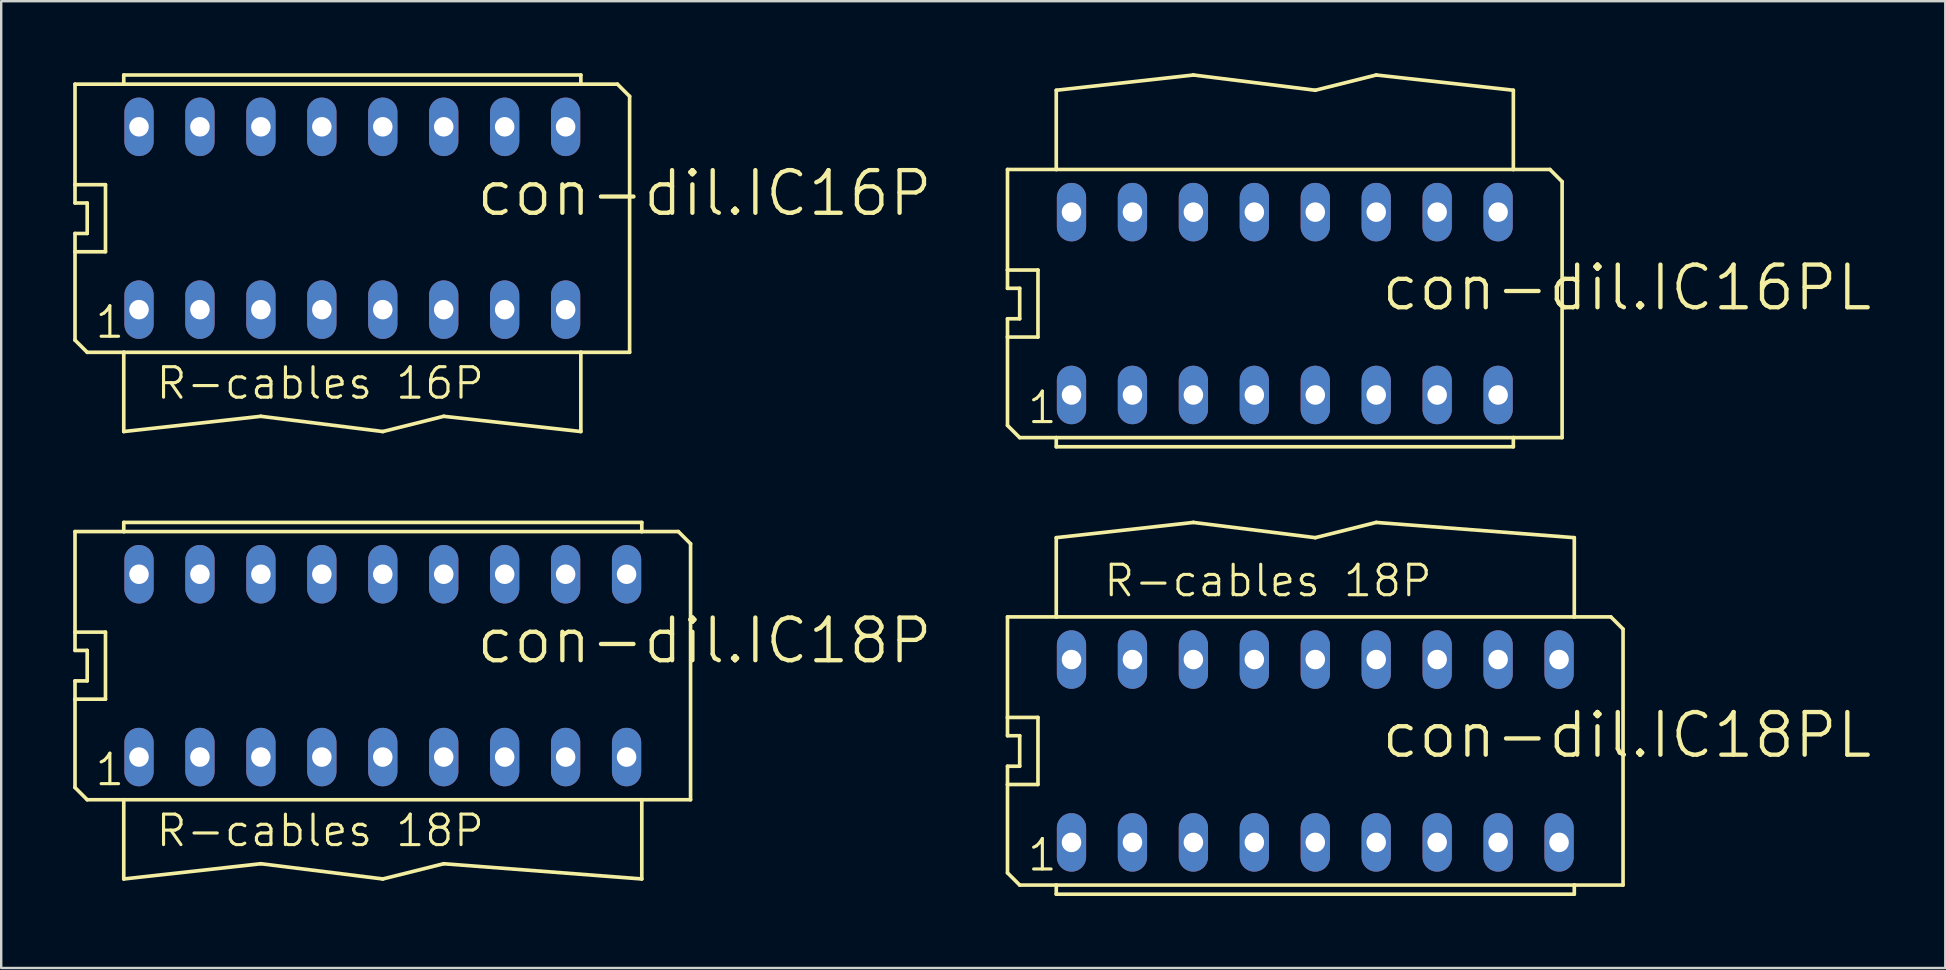
<source format=kicad_pcb>
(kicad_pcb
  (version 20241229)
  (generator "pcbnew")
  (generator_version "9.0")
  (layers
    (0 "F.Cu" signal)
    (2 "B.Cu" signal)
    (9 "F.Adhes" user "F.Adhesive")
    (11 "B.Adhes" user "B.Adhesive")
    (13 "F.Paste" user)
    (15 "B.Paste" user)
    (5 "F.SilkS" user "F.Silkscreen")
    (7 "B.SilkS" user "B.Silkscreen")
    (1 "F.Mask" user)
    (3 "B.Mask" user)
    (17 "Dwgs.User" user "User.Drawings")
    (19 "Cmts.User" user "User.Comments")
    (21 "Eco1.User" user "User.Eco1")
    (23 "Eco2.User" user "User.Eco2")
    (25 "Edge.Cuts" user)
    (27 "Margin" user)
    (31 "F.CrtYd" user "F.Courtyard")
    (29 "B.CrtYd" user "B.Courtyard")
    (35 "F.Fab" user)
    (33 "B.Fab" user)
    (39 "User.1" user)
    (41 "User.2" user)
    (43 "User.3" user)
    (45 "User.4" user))
  (footprint "con-dil.IC16PL"
    (layer "F.Cu")
    (at 50.496 9.601)
    (property "Reference" "con-dil.IC16PL" (at 3.937 0.381 180) (layer "F.SilkS") (effects (font (size 1.778 1.778) (thickness 0.18)) (justify left bottom)))
    (attr through_hole)
    (fp_line (start -11.557 -1.397) (end -11.557 -5.588) (stroke (width 0.152) (type default)) (layer "F.SilkS"))
    (fp_line (start -11.557 -0.635) (end -11.557 -1.397) (stroke (width 0.152) (type default)) (layer "F.SilkS"))
    (fp_line (start -11.557 0.635) (end -11.049 0.635) (stroke (width 0.152) (type default)) (layer "F.SilkS"))
    (fp_line (start -11.557 1.397) (end -11.557 0.635) (stroke (width 0.152) (type default)) (layer "F.SilkS"))
    (fp_line (start -11.557 1.397) (end -10.287 1.397) (stroke (width 0.152) (type default)) (layer "F.SilkS"))
    (fp_line (start -11.557 5.08) (end -11.557 1.397) (stroke (width 0.152) (type default)) (layer "F.SilkS"))
    (fp_line (start -11.049 -0.635) (end -11.557 -0.635) (stroke (width 0.152) (type default)) (layer "F.SilkS"))
    (fp_line (start -11.049 -0.635) (end -11.049 0.635) (stroke (width 0.152) (type default)) (layer "F.SilkS"))
    (fp_line (start -11.049 5.588) (end -11.557 5.08) (stroke (width 0.152) (type default)) (layer "F.SilkS"))
    (fp_line (start -11.049 5.588) (end -9.525 5.588) (stroke (width 0.152) (type default)) (layer "F.SilkS"))
    (fp_line (start -10.287 -1.397) (end -11.557 -1.397) (stroke (width 0.152) (type default)) (layer "F.SilkS"))
    (fp_line (start -10.287 -1.397) (end -10.287 1.397) (stroke (width 0.152) (type default)) (layer "F.SilkS"))
    (fp_line (start -9.525 -8.89) (end -9.525 -5.588) (stroke (width 0.152) (type default)) (layer "F.SilkS"))
    (fp_line (start -9.525 -8.89) (end -3.81 -9.525) (stroke (width 0.152) (type default)) (layer "F.SilkS"))
    (fp_line (start -9.525 -5.588) (end -11.557 -5.588) (stroke (width 0.152) (type default)) (layer "F.SilkS"))
    (fp_line (start -9.525 5.588) (end 9.525 5.588) (stroke (width 0.152) (type default)) (layer "F.SilkS"))
    (fp_line (start -9.525 5.969) (end -9.525 5.588) (stroke (width 0.152) (type default)) (layer "F.SilkS"))
    (fp_line (start -9.525 5.969) (end 9.525 5.969) (stroke (width 0.152) (type default)) (layer "F.SilkS"))
    (fp_line (start -3.81 -9.525) (end 1.27 -8.89) (stroke (width 0.152) (type default)) (layer "F.SilkS"))
    (fp_line (start 1.27 -8.89) (end 3.81 -9.525) (stroke (width 0.152) (type default)) (layer "F.SilkS"))
    (fp_line (start 3.81 -9.525) (end 9.525 -8.89) (stroke (width 0.152) (type default)) (layer "F.SilkS"))
    (fp_line (start 9.525 -5.588) (end -9.525 -5.588) (stroke (width 0.152) (type default)) (layer "F.SilkS"))
    (fp_line (start 9.525 -5.588) (end 9.525 -8.89) (stroke (width 0.152) (type default)) (layer "F.SilkS"))
    (fp_line (start 9.525 5.588) (end 9.525 5.969) (stroke (width 0.152) (type default)) (layer "F.SilkS"))
    (fp_line (start 9.525 5.588) (end 11.557 5.588) (stroke (width 0.152) (type default)) (layer "F.SilkS"))
    (fp_line (start 11.049 -5.588) (end 9.525 -5.588) (stroke (width 0.152) (type default)) (layer "F.SilkS"))
    (fp_line (start 11.557 -5.08) (end 11.049 -5.588) (stroke (width 0.152) (type default)) (layer "F.SilkS"))
    (fp_line (start 11.557 5.588) (end 11.557 -5.08) (stroke (width 0.152) (type default)) (layer "F.SilkS"))
    (fp_text user "1" (at -10.795 5.08 0) (layer "F.SilkS") (effects (font (size 1.27 1.27) (thickness 0.13)) (justify left bottom)))
    (pad "1" thru_hole oval (at -8.89 3.81 90) (size 2.438 1.219) (drill 0.813) (layers "*.Cu" "*.Mask"))
    (pad "2" thru_hole oval (at -6.35 3.81 90) (size 2.438 1.219) (drill 0.813) (layers "*.Cu" "*.Mask"))
    (pad "3" thru_hole oval (at -3.81 3.81 90) (size 2.438 1.219) (drill 0.813) (layers "*.Cu" "*.Mask"))
    (pad "4" thru_hole oval (at -1.27 3.81 90) (size 2.438 1.219) (drill 0.813) (layers "*.Cu" "*.Mask"))
    (pad "5" thru_hole oval (at 1.27 3.81 90) (size 2.438 1.219) (drill 0.813) (layers "*.Cu" "*.Mask"))
    (pad "6" thru_hole oval (at 3.81 3.81 90) (size 2.438 1.219) (drill 0.813) (layers "*.Cu" "*.Mask"))
    (pad "7" thru_hole oval (at 6.35 3.81 90) (size 2.438 1.219) (drill 0.813) (layers "*.Cu" "*.Mask"))
    (pad "8" thru_hole oval (at 8.89 3.81 90) (size 2.438 1.219) (drill 0.813) (layers "*.Cu" "*.Mask"))
    (pad "9" thru_hole oval (at 8.89 -3.81 90) (size 2.438 1.219) (drill 0.813) (layers "*.Cu" "*.Mask"))
    (pad "10" thru_hole oval (at 6.35 -3.81 90) (size 2.438 1.219) (drill 0.813) (layers "*.Cu" "*.Mask"))
    (pad "11" thru_hole oval (at 3.81 -3.81 90) (size 2.438 1.219) (drill 0.813) (layers "*.Cu" "*.Mask"))
    (pad "12" thru_hole oval (at 1.27 -3.81 90) (size 2.438 1.219) (drill 0.813) (layers "*.Cu" "*.Mask"))
    (pad "13" thru_hole oval (at -1.27 -3.81 90) (size 2.438 1.219) (drill 0.813) (layers "*.Cu" "*.Mask"))
    (pad "14" thru_hole oval (at -3.81 -3.81 90) (size 2.438 1.219) (drill 0.813) (layers "*.Cu" "*.Mask"))
    (pad "15" thru_hole oval (at -6.35 -3.81 90) (size 2.438 1.219) (drill 0.813) (layers "*.Cu" "*.Mask"))
    (pad "16" thru_hole oval (at -8.89 -3.81 90) (size 2.438 1.219) (drill 0.813) (layers "*.Cu" "*.Mask")))
  (footprint "con-dil.IC18PL"
    (layer "F.Cu")
    (at 51.766 28.248)
    (property "Reference" "con-dil.IC18PL" (at 2.667 0.381 180) (layer "F.SilkS") (effects (font (size 1.778 1.778) (thickness 0.18)) (justify left bottom)))
    (attr through_hole)
    (fp_line (start -12.827 -1.397) (end -12.827 -5.588) (stroke (width 0.152) (type default)) (layer "F.SilkS"))
    (fp_line (start -12.827 -0.635) (end -12.827 -1.397) (stroke (width 0.152) (type default)) (layer "F.SilkS"))
    (fp_line (start -12.827 0.635) (end -12.319 0.635) (stroke (width 0.152) (type default)) (layer "F.SilkS"))
    (fp_line (start -12.827 1.397) (end -12.827 0.635) (stroke (width 0.152) (type default)) (layer "F.SilkS"))
    (fp_line (start -12.827 1.397) (end -11.557 1.397) (stroke (width 0.152) (type default)) (layer "F.SilkS"))
    (fp_line (start -12.827 5.08) (end -12.827 1.397) (stroke (width 0.152) (type default)) (layer "F.SilkS"))
    (fp_line (start -12.319 -0.635) (end -12.827 -0.635) (stroke (width 0.152) (type default)) (layer "F.SilkS"))
    (fp_line (start -12.319 -0.635) (end -12.319 0.635) (stroke (width 0.152) (type default)) (layer "F.SilkS"))
    (fp_line (start -12.319 5.588) (end -12.827 5.08) (stroke (width 0.152) (type default)) (layer "F.SilkS"))
    (fp_line (start -12.319 5.588) (end -10.795 5.588) (stroke (width 0.152) (type default)) (layer "F.SilkS"))
    (fp_line (start -11.557 -1.397) (end -12.827 -1.397) (stroke (width 0.152) (type default)) (layer "F.SilkS"))
    (fp_line (start -11.557 -1.397) (end -11.557 1.397) (stroke (width 0.152) (type default)) (layer "F.SilkS"))
    (fp_line (start -10.795 -8.89) (end -10.795 -5.588) (stroke (width 0.152) (type default)) (layer "F.SilkS"))
    (fp_line (start -10.795 -8.89) (end -5.08 -9.525) (stroke (width 0.152) (type default)) (layer "F.SilkS"))
    (fp_line (start -10.795 -5.588) (end -12.827 -5.588) (stroke (width 0.152) (type default)) (layer "F.SilkS"))
    (fp_line (start -10.795 5.588) (end 10.795 5.588) (stroke (width 0.152) (type default)) (layer "F.SilkS"))
    (fp_line (start -10.795 5.969) (end -10.795 5.588) (stroke (width 0.152) (type default)) (layer "F.SilkS"))
    (fp_line (start -10.795 5.969) (end 10.795 5.969) (stroke (width 0.152) (type default)) (layer "F.SilkS"))
    (fp_line (start -5.08 -9.525) (end 0 -8.89) (stroke (width 0.152) (type default)) (layer "F.SilkS"))
    (fp_line (start 0 -8.89) (end 2.54 -9.525) (stroke (width 0.152) (type default)) (layer "F.SilkS"))
    (fp_line (start 2.54 -9.525) (end 10.795 -8.89) (stroke (width 0.152) (type default)) (layer "F.SilkS"))
    (fp_line (start 10.795 -5.588) (end -10.795 -5.588) (stroke (width 0.152) (type default)) (layer "F.SilkS"))
    (fp_line (start 10.795 -5.588) (end 10.795 -8.89) (stroke (width 0.152) (type default)) (layer "F.SilkS"))
    (fp_line (start 10.795 5.588) (end 10.795 5.969) (stroke (width 0.152) (type default)) (layer "F.SilkS"))
    (fp_line (start 10.795 5.588) (end 12.827 5.588) (stroke (width 0.152) (type default)) (layer "F.SilkS"))
    (fp_line (start 12.319 -5.588) (end 10.795 -5.588) (stroke (width 0.152) (type default)) (layer "F.SilkS"))
    (fp_line (start 12.827 -5.08) (end 12.319 -5.588) (stroke (width 0.152) (type default)) (layer "F.SilkS"))
    (fp_line (start 12.827 5.588) (end 12.827 -5.08) (stroke (width 0.152) (type default)) (layer "F.SilkS"))
    (fp_text user "1" (at -12.065 5.08 0) (layer "F.SilkS") (effects (font (size 1.27 1.27) (thickness 0.13)) (justify left bottom)))
    (fp_text user "R-cables 18P" (at -8.89 -6.35 0) (layer "F.SilkS") (effects (font (size 1.27 1.27) (thickness 0.13)) (justify left bottom)))
    (pad "1" thru_hole oval (at -10.16 3.81 90) (size 2.438 1.219) (drill 0.813) (layers "*.Cu" "*.Mask"))
    (pad "2" thru_hole oval (at -7.62 3.81 90) (size 2.438 1.219) (drill 0.813) (layers "*.Cu" "*.Mask"))
    (pad "3" thru_hole oval (at -5.08 3.81 90) (size 2.438 1.219) (drill 0.813) (layers "*.Cu" "*.Mask"))
    (pad "4" thru_hole oval (at -2.54 3.81 90) (size 2.438 1.219) (drill 0.813) (layers "*.Cu" "*.Mask"))
    (pad "5" thru_hole oval (at 0 3.81 90) (size 2.438 1.219) (drill 0.813) (layers "*.Cu" "*.Mask"))
    (pad "6" thru_hole oval (at 2.54 3.81 90) (size 2.438 1.219) (drill 0.813) (layers "*.Cu" "*.Mask"))
    (pad "7" thru_hole oval (at 5.08 3.81 90) (size 2.438 1.219) (drill 0.813) (layers "*.Cu" "*.Mask"))
    (pad "8" thru_hole oval (at 7.62 3.81 90) (size 2.438 1.219) (drill 0.813) (layers "*.Cu" "*.Mask"))
    (pad "9" thru_hole oval (at 10.16 3.81 90) (size 2.438 1.219) (drill 0.813) (layers "*.Cu" "*.Mask"))
    (pad "10" thru_hole oval (at 10.16 -3.81 90) (size 2.438 1.219) (drill 0.813) (layers "*.Cu" "*.Mask"))
    (pad "11" thru_hole oval (at 7.62 -3.81 90) (size 2.438 1.219) (drill 0.813) (layers "*.Cu" "*.Mask"))
    (pad "12" thru_hole oval (at 5.08 -3.81 90) (size 2.438 1.219) (drill 0.813) (layers "*.Cu" "*.Mask"))
    (pad "13" thru_hole oval (at 2.54 -3.81 90) (size 2.438 1.219) (drill 0.813) (layers "*.Cu" "*.Mask"))
    (pad "14" thru_hole oval (at 0 -3.81 90) (size 2.438 1.219) (drill 0.813) (layers "*.Cu" "*.Mask"))
    (pad "15" thru_hole oval (at -2.54 -3.81 90) (size 2.438 1.219) (drill 0.813) (layers "*.Cu" "*.Mask"))
    (pad "16" thru_hole oval (at -5.08 -3.81 90) (size 2.438 1.219) (drill 0.813) (layers "*.Cu" "*.Mask"))
    (pad "17" thru_hole oval (at -7.62 -3.81 90) (size 2.438 1.219) (drill 0.813) (layers "*.Cu" "*.Mask"))
    (pad "18" thru_hole oval (at -10.16 -3.81 90) (size 2.438 1.219) (drill 0.813) (layers "*.Cu" "*.Mask")))
  (footprint "con-dil.IC16P"
    (layer "F.Cu")
    (at 11.633 6.045)
    (property "Reference" "con-dil.IC16P" (at 5.08 0 180) (layer "F.SilkS") (effects (font (size 1.778 1.778) (thickness 0.18)) (justify left bottom)))
    (attr through_hole)
    (fp_line (start -11.557 -1.397) (end -11.557 -5.588) (stroke (width 0.152) (type default)) (layer "F.SilkS"))
    (fp_line (start -11.557 -0.635) (end -11.557 -1.397) (stroke (width 0.152) (type default)) (layer "F.SilkS"))
    (fp_line (start -11.557 0.635) (end -11.049 0.635) (stroke (width 0.152) (type default)) (layer "F.SilkS"))
    (fp_line (start -11.557 1.397) (end -11.557 0.635) (stroke (width 0.152) (type default)) (layer "F.SilkS"))
    (fp_line (start -11.557 1.397) (end -10.287 1.397) (stroke (width 0.152) (type default)) (layer "F.SilkS"))
    (fp_line (start -11.557 5.08) (end -11.557 1.397) (stroke (width 0.152) (type default)) (layer "F.SilkS"))
    (fp_line (start -11.049 -0.635) (end -11.557 -0.635) (stroke (width 0.152) (type default)) (layer "F.SilkS"))
    (fp_line (start -11.049 -0.635) (end -11.049 0.635) (stroke (width 0.152) (type default)) (layer "F.SilkS"))
    (fp_line (start -11.049 5.588) (end -11.557 5.08) (stroke (width 0.152) (type default)) (layer "F.SilkS"))
    (fp_line (start -11.049 5.588) (end -9.525 5.588) (stroke (width 0.152) (type default)) (layer "F.SilkS"))
    (fp_line (start -10.287 -1.397) (end -11.557 -1.397) (stroke (width 0.152) (type default)) (layer "F.SilkS"))
    (fp_line (start -10.287 -1.397) (end -10.287 1.397) (stroke (width 0.152) (type default)) (layer "F.SilkS"))
    (fp_line (start -9.525 -5.969) (end 9.525 -5.969) (stroke (width 0.152) (type default)) (layer "F.SilkS"))
    (fp_line (start -9.525 -5.588) (end -11.557 -5.588) (stroke (width 0.152) (type default)) (layer "F.SilkS"))
    (fp_line (start -9.525 -5.588) (end -9.525 -5.969) (stroke (width 0.152) (type default)) (layer "F.SilkS"))
    (fp_line (start -9.525 5.588) (end -9.525 8.89) (stroke (width 0.152) (type default)) (layer "F.SilkS"))
    (fp_line (start -9.525 5.588) (end 9.525 5.588) (stroke (width 0.152) (type default)) (layer "F.SilkS"))
    (fp_line (start -9.525 8.89) (end -3.81 8.255) (stroke (width 0.152) (type default)) (layer "F.SilkS"))
    (fp_line (start -3.81 8.255) (end 1.27 8.89) (stroke (width 0.152) (type default)) (layer "F.SilkS"))
    (fp_line (start 1.27 8.89) (end 3.81 8.255) (stroke (width 0.152) (type default)) (layer "F.SilkS"))
    (fp_line (start 3.81 8.255) (end 9.525 8.89) (stroke (width 0.152) (type default)) (layer "F.SilkS"))
    (fp_line (start 9.525 -5.969) (end 9.525 -5.588) (stroke (width 0.152) (type default)) (layer "F.SilkS"))
    (fp_line (start 9.525 -5.588) (end -9.525 -5.588) (stroke (width 0.152) (type default)) (layer "F.SilkS"))
    (fp_line (start 9.525 5.588) (end 11.557 5.588) (stroke (width 0.152) (type default)) (layer "F.SilkS"))
    (fp_line (start 9.525 8.89) (end 9.525 5.588) (stroke (width 0.152) (type default)) (layer "F.SilkS"))
    (fp_line (start 11.049 -5.588) (end 9.525 -5.588) (stroke (width 0.152) (type default)) (layer "F.SilkS"))
    (fp_line (start 11.557 -5.08) (end 11.049 -5.588) (stroke (width 0.152) (type default)) (layer "F.SilkS"))
    (fp_line (start 11.557 5.588) (end 11.557 -5.08) (stroke (width 0.152) (type default)) (layer "F.SilkS"))
    (fp_text user "1" (at -10.795 5.08 0) (layer "F.SilkS") (effects (font (size 1.27 1.27) (thickness 0.13)) (justify left bottom)))
    (fp_text user "R-cables 16P" (at -8.255 7.62 0) (layer "F.SilkS") (effects (font (size 1.27 1.27) (thickness 0.13)) (justify left bottom)))
    (pad "1" thru_hole oval (at -8.89 3.81 90) (size 2.438 1.219) (drill 0.813) (layers "*.Cu" "*.Mask"))
    (pad "2" thru_hole oval (at -6.35 3.81 90) (size 2.438 1.219) (drill 0.813) (layers "*.Cu" "*.Mask"))
    (pad "3" thru_hole oval (at -3.81 3.81 90) (size 2.438 1.219) (drill 0.813) (layers "*.Cu" "*.Mask"))
    (pad "4" thru_hole oval (at -1.27 3.81 90) (size 2.438 1.219) (drill 0.813) (layers "*.Cu" "*.Mask"))
    (pad "5" thru_hole oval (at 1.27 3.81 90) (size 2.438 1.219) (drill 0.813) (layers "*.Cu" "*.Mask"))
    (pad "6" thru_hole oval (at 3.81 3.81 90) (size 2.438 1.219) (drill 0.813) (layers "*.Cu" "*.Mask"))
    (pad "7" thru_hole oval (at 6.35 3.81 90) (size 2.438 1.219) (drill 0.813) (layers "*.Cu" "*.Mask"))
    (pad "8" thru_hole oval (at 8.89 3.81 90) (size 2.438 1.219) (drill 0.813) (layers "*.Cu" "*.Mask"))
    (pad "9" thru_hole oval (at 8.89 -3.81 90) (size 2.438 1.219) (drill 0.813) (layers "*.Cu" "*.Mask"))
    (pad "10" thru_hole oval (at 6.35 -3.81 90) (size 2.438 1.219) (drill 0.813) (layers "*.Cu" "*.Mask"))
    (pad "11" thru_hole oval (at 3.81 -3.81 90) (size 2.438 1.219) (drill 0.813) (layers "*.Cu" "*.Mask"))
    (pad "12" thru_hole oval (at 1.27 -3.81 90) (size 2.438 1.219) (drill 0.813) (layers "*.Cu" "*.Mask"))
    (pad "13" thru_hole oval (at -1.27 -3.81 90) (size 2.438 1.219) (drill 0.813) (layers "*.Cu" "*.Mask"))
    (pad "14" thru_hole oval (at -3.81 -3.81 90) (size 2.438 1.219) (drill 0.813) (layers "*.Cu" "*.Mask"))
    (pad "15" thru_hole oval (at -6.35 -3.81 90) (size 2.438 1.219) (drill 0.813) (layers "*.Cu" "*.Mask"))
    (pad "16" thru_hole oval (at -8.89 -3.81 90) (size 2.438 1.219) (drill 0.813) (layers "*.Cu" "*.Mask")))
  (footprint "con-dil.IC18P"
    (layer "F.Cu")
    (at 12.903 24.692)
    (property "Reference" "con-dil.IC18P" (at 3.81 0 180) (layer "F.SilkS") (effects (font (size 1.778 1.778) (thickness 0.18)) (justify left bottom)))
    (attr through_hole)
    (fp_line (start -12.827 -1.397) (end -12.827 -5.588) (stroke (width 0.152) (type default)) (layer "F.SilkS"))
    (fp_line (start -12.827 -0.635) (end -12.827 -1.397) (stroke (width 0.152) (type default)) (layer "F.SilkS"))
    (fp_line (start -12.827 0.635) (end -12.319 0.635) (stroke (width 0.152) (type default)) (layer "F.SilkS"))
    (fp_line (start -12.827 1.397) (end -12.827 0.635) (stroke (width 0.152) (type default)) (layer "F.SilkS"))
    (fp_line (start -12.827 1.397) (end -11.557 1.397) (stroke (width 0.152) (type default)) (layer "F.SilkS"))
    (fp_line (start -12.827 5.08) (end -12.827 1.397) (stroke (width 0.152) (type default)) (layer "F.SilkS"))
    (fp_line (start -12.319 -0.635) (end -12.827 -0.635) (stroke (width 0.152) (type default)) (layer "F.SilkS"))
    (fp_line (start -12.319 -0.635) (end -12.319 0.635) (stroke (width 0.152) (type default)) (layer "F.SilkS"))
    (fp_line (start -12.319 5.588) (end -12.827 5.08) (stroke (width 0.152) (type default)) (layer "F.SilkS"))
    (fp_line (start -12.319 5.588) (end -10.795 5.588) (stroke (width 0.152) (type default)) (layer "F.SilkS"))
    (fp_line (start -11.557 -1.397) (end -12.827 -1.397) (stroke (width 0.152) (type default)) (layer "F.SilkS"))
    (fp_line (start -11.557 -1.397) (end -11.557 1.397) (stroke (width 0.152) (type default)) (layer "F.SilkS"))
    (fp_line (start -10.795 -5.969) (end 10.795 -5.969) (stroke (width 0.152) (type default)) (layer "F.SilkS"))
    (fp_line (start -10.795 -5.588) (end -12.827 -5.588) (stroke (width 0.152) (type default)) (layer "F.SilkS"))
    (fp_line (start -10.795 -5.588) (end -10.795 -5.969) (stroke (width 0.152) (type default)) (layer "F.SilkS"))
    (fp_line (start -10.795 5.588) (end -10.795 8.89) (stroke (width 0.152) (type default)) (layer "F.SilkS"))
    (fp_line (start -10.795 5.588) (end 10.795 5.588) (stroke (width 0.152) (type default)) (layer "F.SilkS"))
    (fp_line (start -10.795 8.89) (end -5.08 8.255) (stroke (width 0.152) (type default)) (layer "F.SilkS"))
    (fp_line (start -5.08 8.255) (end 0 8.89) (stroke (width 0.152) (type default)) (layer "F.SilkS"))
    (fp_line (start 0 8.89) (end 2.54 8.255) (stroke (width 0.152) (type default)) (layer "F.SilkS"))
    (fp_line (start 2.54 8.255) (end 10.795 8.89) (stroke (width 0.152) (type default)) (layer "F.SilkS"))
    (fp_line (start 10.795 -5.969) (end 10.795 -5.588) (stroke (width 0.152) (type default)) (layer "F.SilkS"))
    (fp_line (start 10.795 -5.588) (end -10.795 -5.588) (stroke (width 0.152) (type default)) (layer "F.SilkS"))
    (fp_line (start 10.795 5.588) (end 12.827 5.588) (stroke (width 0.152) (type default)) (layer "F.SilkS"))
    (fp_line (start 10.795 8.89) (end 10.795 5.588) (stroke (width 0.152) (type default)) (layer "F.SilkS"))
    (fp_line (start 12.319 -5.588) (end 10.795 -5.588) (stroke (width 0.152) (type default)) (layer "F.SilkS"))
    (fp_line (start 12.827 -5.08) (end 12.319 -5.588) (stroke (width 0.152) (type default)) (layer "F.SilkS"))
    (fp_line (start 12.827 5.588) (end 12.827 -5.08) (stroke (width 0.152) (type default)) (layer "F.SilkS"))
    (fp_text user "R-cables 18P" (at -9.525 7.62 0) (layer "F.SilkS") (effects (font (size 1.27 1.27) (thickness 0.13)) (justify left bottom)))
    (fp_text user "1" (at -12.065 5.08 0) (layer "F.SilkS") (effects (font (size 1.27 1.27) (thickness 0.13)) (justify left bottom)))
    (pad "1" thru_hole oval (at -10.16 3.81 90) (size 2.438 1.219) (drill 0.813) (layers "*.Cu" "*.Mask"))
    (pad "2" thru_hole oval (at -7.62 3.81 90) (size 2.438 1.219) (drill 0.813) (layers "*.Cu" "*.Mask"))
    (pad "3" thru_hole oval (at -5.08 3.81 90) (size 2.438 1.219) (drill 0.813) (layers "*.Cu" "*.Mask"))
    (pad "4" thru_hole oval (at -2.54 3.81 90) (size 2.438 1.219) (drill 0.813) (layers "*.Cu" "*.Mask"))
    (pad "5" thru_hole oval (at 0 3.81 90) (size 2.438 1.219) (drill 0.813) (layers "*.Cu" "*.Mask"))
    (pad "6" thru_hole oval (at 2.54 3.81 90) (size 2.438 1.219) (drill 0.813) (layers "*.Cu" "*.Mask"))
    (pad "7" thru_hole oval (at 5.08 3.81 90) (size 2.438 1.219) (drill 0.813) (layers "*.Cu" "*.Mask"))
    (pad "8" thru_hole oval (at 7.62 3.81 90) (size 2.438 1.219) (drill 0.813) (layers "*.Cu" "*.Mask"))
    (pad "9" thru_hole oval (at 10.16 -3.81 90) (size 2.438 1.219) (drill 0.813) (layers "*.Cu" "*.Mask"))
    (pad "10" thru_hole oval (at 7.62 -3.81 90) (size 2.438 1.219) (drill 0.813) (layers "*.Cu" "*.Mask"))
    (pad "11" thru_hole oval (at 5.08 -3.81 90) (size 2.438 1.219) (drill 0.813) (layers "*.Cu" "*.Mask"))
    (pad "12" thru_hole oval (at 2.54 -3.81 90) (size 2.438 1.219) (drill 0.813) (layers "*.Cu" "*.Mask"))
    (pad "13" thru_hole oval (at 0 -3.81 90) (size 2.438 1.219) (drill 0.813) (layers "*.Cu" "*.Mask"))
    (pad "14" thru_hole oval (at -2.54 -3.81 90) (size 2.438 1.219) (drill 0.813) (layers "*.Cu" "*.Mask"))
    (pad "15" thru_hole oval (at -5.08 -3.81 90) (size 2.438 1.219) (drill 0.813) (layers "*.Cu" "*.Mask"))
    (pad "16" thru_hole oval (at 10.16 3.81 90) (size 2.438 1.219) (drill 0.813) (layers "*.Cu" "*.Mask"))
    (pad "17" thru_hole oval (at -7.62 -3.81 90) (size 2.438 1.219) (drill 0.813) (layers "*.Cu" "*.Mask"))
    (pad "18" thru_hole oval (at -10.16 -3.81 90) (size 2.438 1.219) (drill 0.813) (layers "*.Cu" "*.Mask")))
  (gr_rect
    (start -3 -3)
    (end 78.022 37.293)
    (stroke (width 0.1) (type default))
    (fill no)
    (layer "Edge.Cuts")))
</source>
